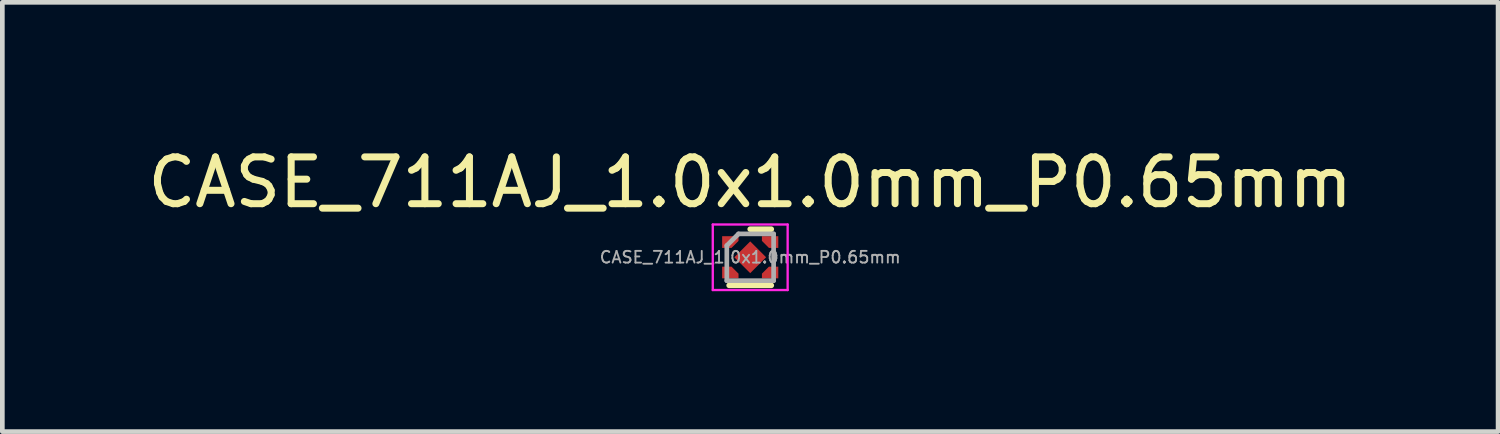
<source format=kicad_pcb>
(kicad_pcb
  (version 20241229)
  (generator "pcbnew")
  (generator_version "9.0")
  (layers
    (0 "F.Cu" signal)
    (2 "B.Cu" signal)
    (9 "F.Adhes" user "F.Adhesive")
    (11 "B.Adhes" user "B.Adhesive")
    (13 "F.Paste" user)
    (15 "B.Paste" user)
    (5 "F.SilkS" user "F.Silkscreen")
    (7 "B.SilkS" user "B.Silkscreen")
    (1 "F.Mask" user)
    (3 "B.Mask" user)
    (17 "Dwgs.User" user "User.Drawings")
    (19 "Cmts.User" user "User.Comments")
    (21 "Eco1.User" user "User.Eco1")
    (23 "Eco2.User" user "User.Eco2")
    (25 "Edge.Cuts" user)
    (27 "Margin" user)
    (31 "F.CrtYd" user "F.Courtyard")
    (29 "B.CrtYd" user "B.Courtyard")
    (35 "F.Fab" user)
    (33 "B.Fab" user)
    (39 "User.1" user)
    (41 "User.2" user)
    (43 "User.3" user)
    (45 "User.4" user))
  (footprint "CASE_711AJ_1.0x1.0mm_P0.65mm"
    (layer "F.Cu")
    (at 12.982 2.448)
    (property "Reference" "CASE_711AJ_1.0x1.0mm_P0.65mm" (at 0 -1.6 0) (layer "F.SilkS") (effects (font (size 1 1) (thickness 0.15))))
    (attr smd)
    (fp_line (start -0.45 0.6) (end 0.45 0.6) (stroke (width 0.12) (type solid)) (layer "F.SilkS"))
    (fp_line (start 0 -0.6) (end 0.45 -0.6) (stroke (width 0.12) (type solid)) (layer "F.SilkS"))
    (fp_line (start -0.8 -0.7) (end -0.8 0.7) (stroke (width 0.05) (type solid)) (layer "F.CrtYd"))
    (fp_line (start -0.8 0.7) (end 0.8 0.7) (stroke (width 0.05) (type solid)) (layer "F.CrtYd"))
    (fp_line (start 0.8 -0.7) (end -0.8 -0.7) (stroke (width 0.05) (type solid)) (layer "F.CrtYd"))
    (fp_line (start 0.8 0.7) (end 0.8 -0.7) (stroke (width 0.05) (type solid)) (layer "F.CrtYd"))
    (fp_line (start -0.5 -0.25) (end -0.5 0.5) (stroke (width 0.1) (type solid)) (layer "F.Fab"))
    (fp_line (start -0.5 -0.25) (end -0.25 -0.5) (stroke (width 0.1) (type solid)) (layer "F.Fab"))
    (fp_line (start -0.5 0.5) (end 0.5 0.5) (stroke (width 0.1) (type solid)) (layer "F.Fab"))
    (fp_line (start 0.5 -0.5) (end -0.25 -0.5) (stroke (width 0.1) (type solid)) (layer "F.Fab"))
    (fp_line (start 0.5 0.5) (end 0.5 -0.5) (stroke (width 0.1) (type solid)) (layer "F.Fab"))
    (fp_text user "${REFERENCE}" (at 0 0 0) (layer "F.Fab") (effects (font (size 0.25 0.25) (thickness 0.04))))
    (pad "" smd roundrect (at 0 0 45) (size 0.38 0.38) (layers "F.Paste") (roundrect_rratio 0.2))
    (pad "1" smd custom (at -0.475 -0.325 270) (size 0.25 0.25) (layers "F.Cu" "F.Mask" "F.Paste") (options (anchor circle)) (primitives (gr_poly (pts (xy -0.125 0.125) (xy -0.125 -0.225) (xy -0.025 -0.225) (xy 0.125 -0.075) (xy 0.125 0.125)) (width 0) (fill yes))))
    (pad "2" smd custom (at -0.475 0.325 90) (size 0.25 0.25) (layers "F.Cu" "F.Mask" "F.Paste") (options (anchor circle)) (primitives (gr_poly (pts (xy -0.125 -0.125) (xy -0.125 0.225) (xy -0.025 0.225) (xy 0.125 0.075) (xy 0.125 -0.125)) (width 0) (fill yes))))
    (pad "2" smd rect (at 0 0 45) (size 0.48 0.48) (layers "F.Cu" "F.Mask"))
    (pad "3" smd custom (at 0.475 0.325 90) (size 0.25 0.25) (layers "F.Cu" "F.Mask" "F.Paste") (options (anchor circle)) (primitives (gr_poly (pts (xy -0.125 0.125) (xy -0.125 -0.225) (xy -0.025 -0.225) (xy 0.125 -0.075) (xy 0.125 0.125)) (width 0) (fill yes))))
    (pad "4" smd custom (at 0.475 -0.325 270) (size 0.25 0.25) (layers "F.Cu" "F.Mask" "F.Paste") (options (anchor circle)) (primitives (gr_poly (pts (xy -0.125 -0.125) (xy -0.125 0.225) (xy -0.025 0.225) (xy 0.125 0.075) (xy 0.125 -0.125)) (width 0) (fill yes)))))
  (gr_rect
    (start -3 -3)
    (end 28.964 6.173)
    (stroke (width 0.1) (type default))
    (fill no)
    (layer "Edge.Cuts")))
</source>
